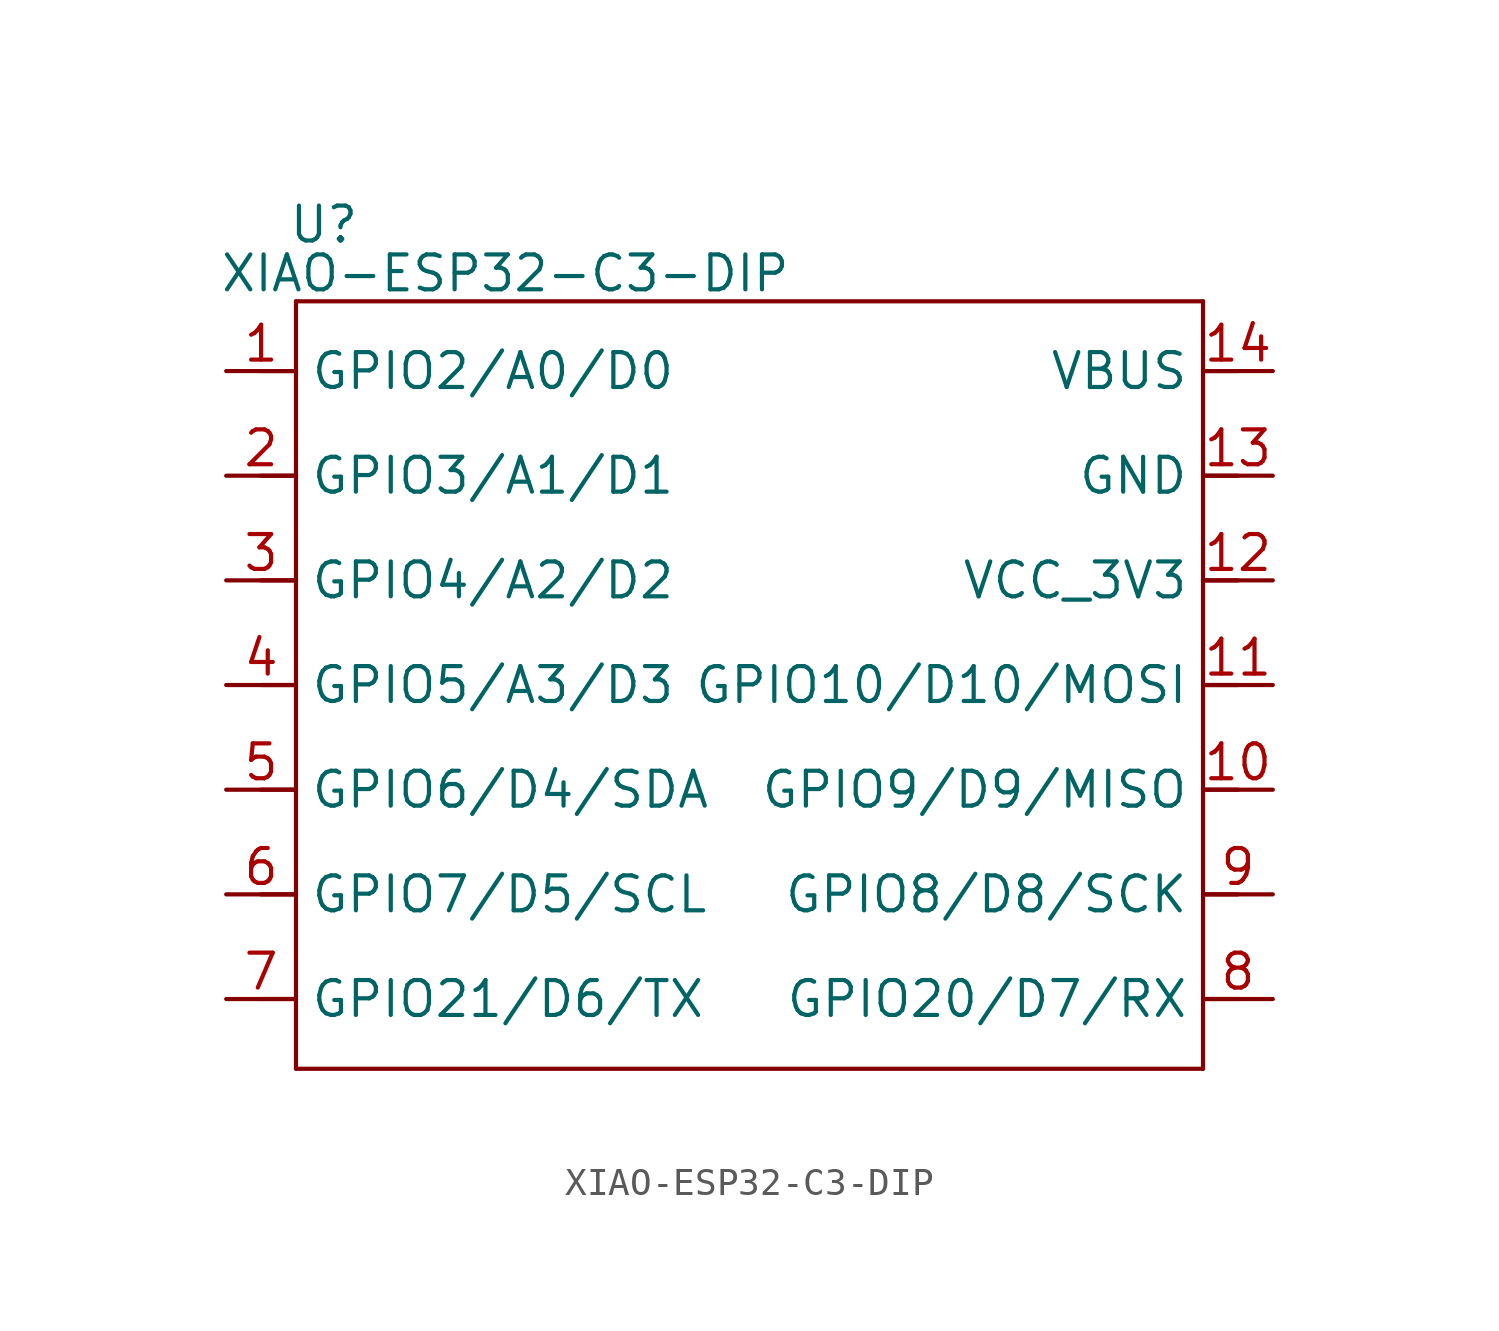
<source format=kicad_sym>
(kicad_symbol_lib
  (version 20241209)
  (generator "kicad_symbol_editor")
  (generator_version "9.0")
  (symbol "XIAO-ESP32-C3-DIP"
    (property "Reference" "U"
      (at 1.016 2.794 0)
      (effects (font (size 1.27 1.27))))
    (property "Value" "XIAO-ESP32-C3-DIP"
      (at 7.62 1.016 0)
      (effects (font (size 1.27 1.27))))
    (symbol "XIAO-ESP32-C3-DIP_1_0"
      (polyline (pts (xy 0 0) (xy 33.02 0)) (stroke (width 0.152) (type solid)) (fill (type none)))
      (polyline (pts (xy 0 -2.54) (xy -1.27 -2.54)) (stroke (width 0.152) (type solid)) (fill (type none)))
      (polyline (pts (xy 0 -2.54) (xy 0 0)) (stroke (width 0.152) (type solid)) (fill (type none)))
      (polyline (pts (xy 0 -6.35) (xy -1.27 -6.35)) (stroke (width 0.152) (type solid)) (fill (type none)))
      (polyline (pts (xy 0 -6.35) (xy 0 -2.54)) (stroke (width 0.152) (type solid)) (fill (type none)))
      (polyline (pts (xy 0 -10.16) (xy -1.27 -10.16)) (stroke (width 0.152) (type solid)) (fill (type none)))
      (polyline (pts (xy 0 -10.16) (xy 0 -6.35)) (stroke (width 0.152) (type solid)) (fill (type none)))
      (polyline (pts (xy 0 -13.97) (xy -1.27 -13.97)) (stroke (width 0.152) (type solid)) (fill (type none)))
      (polyline (pts (xy 0 -13.97) (xy 0 -10.16)) (stroke (width 0.152) (type solid)) (fill (type none)))
      (polyline (pts (xy 0 -17.78) (xy -1.27 -17.78)) (stroke (width 0.152) (type solid)) (fill (type none)))
      (polyline (pts (xy 0 -21.59) (xy -1.27 -21.59)) (stroke (width 0.152) (type solid)) (fill (type none)))
      (polyline (pts (xy 0 -25.4) (xy -1.27 -25.4)) (stroke (width 0.152) (type solid)) (fill (type none)))
      (polyline (pts (xy 0 -27.94) (xy 0 -13.97)) (stroke (width 0.152) (type solid)) (fill (type none)))
      (polyline (pts (xy 33.02 0) (xy 33.02 -2.54)) (stroke (width 0.152) (type solid)) (fill (type none)))
      (polyline (pts (xy 33.02 -2.54) (xy 33.02 -6.35)) (stroke (width 0.152) (type solid)) (fill (type none)))
      (polyline (pts (xy 33.02 -6.35) (xy 33.02 -10.16)) (stroke (width 0.152) (type solid)) (fill (type none)))
      (polyline (pts (xy 33.02 -10.16) (xy 33.02 -27.94)) (stroke (width 0.152) (type solid)) (fill (type none)))
      (polyline (pts (xy 33.02 -27.94) (xy 0 -27.94)) (stroke (width 0.152) (type solid)) (fill (type none)))
      (polyline (pts (xy 34.29 -2.54) (xy 33.02 -2.54)) (stroke (width 0.152) (type solid)) (fill (type none)))
      (polyline (pts (xy 34.29 -6.35) (xy 33.02 -6.35)) (stroke (width 0.152) (type solid)) (fill (type none)))
      (polyline (pts (xy 34.29 -10.16) (xy 33.02 -10.16)) (stroke (width 0.152) (type solid)) (fill (type none)))
      (polyline (pts (xy 34.29 -13.97) (xy 33.02 -13.97)) (stroke (width 0.152) (type solid)) (fill (type none)))
      (polyline (pts (xy 34.29 -17.78) (xy 33.02 -17.78)) (stroke (width 0.152) (type solid)) (fill (type none)))
      (polyline (pts (xy 34.29 -21.59) (xy 33.02 -21.59)) (stroke (width 0.152) (type solid)) (fill (type none)))
      (polyline (pts (xy 34.29 -25.4) (xy 33.02 -25.4)) (stroke (width 0.152) (type solid)) (fill (type none)))
      (pin bidirectional line (at -2.54 -2.54 0) (length 2.54) (name "GPIO2/A0/D0" (effects (font (size 1.27 1.27)))) (number "1" (effects (font (size 1.27 1.27)))))
      (pin bidirectional line (at -2.54 -6.35 0) (length 2.54) (name "GPIO3/A1/D1" (effects (font (size 1.27 1.27)))) (number "2" (effects (font (size 1.27 1.27)))))
      (pin bidirectional line (at -2.54 -10.16 0) (length 2.54) (name "GPIO4/A2/D2" (effects (font (size 1.27 1.27)))) (number "3" (effects (font (size 1.27 1.27)))))
      (pin bidirectional line (at -2.54 -13.97 0) (length 2.54) (name "GPIO5/A3/D3" (effects (font (size 1.27 1.27)))) (number "4" (effects (font (size 1.27 1.27)))))
      (pin bidirectional line (at -2.54 -17.78 0) (length 2.54) (name "GPIO6/D4/SDA" (effects (font (size 1.27 1.27)))) (number "5" (effects (font (size 1.27 1.27)))))
      (pin bidirectional line (at -2.54 -21.59 0) (length 2.54) (name "GPIO7/D5/SCL" (effects (font (size 1.27 1.27)))) (number "6" (effects (font (size 1.27 1.27)))))
      (pin bidirectional line (at -2.54 -25.4 0) (length 2.54) (name "GPIO21/D6/TX" (effects (font (size 1.27 1.27)))) (number "7" (effects (font (size 1.27 1.27)))))
      (pin power_out line (at 35.56 -2.54 180) (length 2.54) (name "VBUS" (effects (font (size 1.27 1.27)))) (number "14" (effects (font (size 1.27 1.27)))))
      (pin power_out line (at 35.56 -6.35 180) (length 2.54) (name "GND" (effects (font (size 1.27 1.27)))) (number "13" (effects (font (size 1.27 1.27)))))
      (pin power_out line (at 35.56 -10.16 180) (length 2.54) (name "VCC_3V3" (effects (font (size 1.27 1.27)))) (number "12" (effects (font (size 1.27 1.27)))))
      (pin bidirectional line (at 35.56 -13.97 180) (length 2.54) (name "GPIO10/D10/MOSI" (effects (font (size 1.27 1.27)))) (number "11" (effects (font (size 1.27 1.27)))))
      (pin bidirectional line (at 35.56 -17.78 180) (length 2.54) (name "GPIO9/D9/MISO" (effects (font (size 1.27 1.27)))) (number "10" (effects (font (size 1.27 1.27)))))
      (pin bidirectional line (at 35.56 -21.59 180) (length 2.54) (name "GPIO8/D8/SCK" (effects (font (size 1.27 1.27)))) (number "9" (effects (font (size 1.27 1.27)))))
      (pin bidirectional line (at 35.56 -25.4 180) (length 2.54) (name "GPIO20/D7/RX" (effects (font (size 1.27 1.27)))) (number "8" (effects (font (size 1.27 1.27))))))))
</source>
